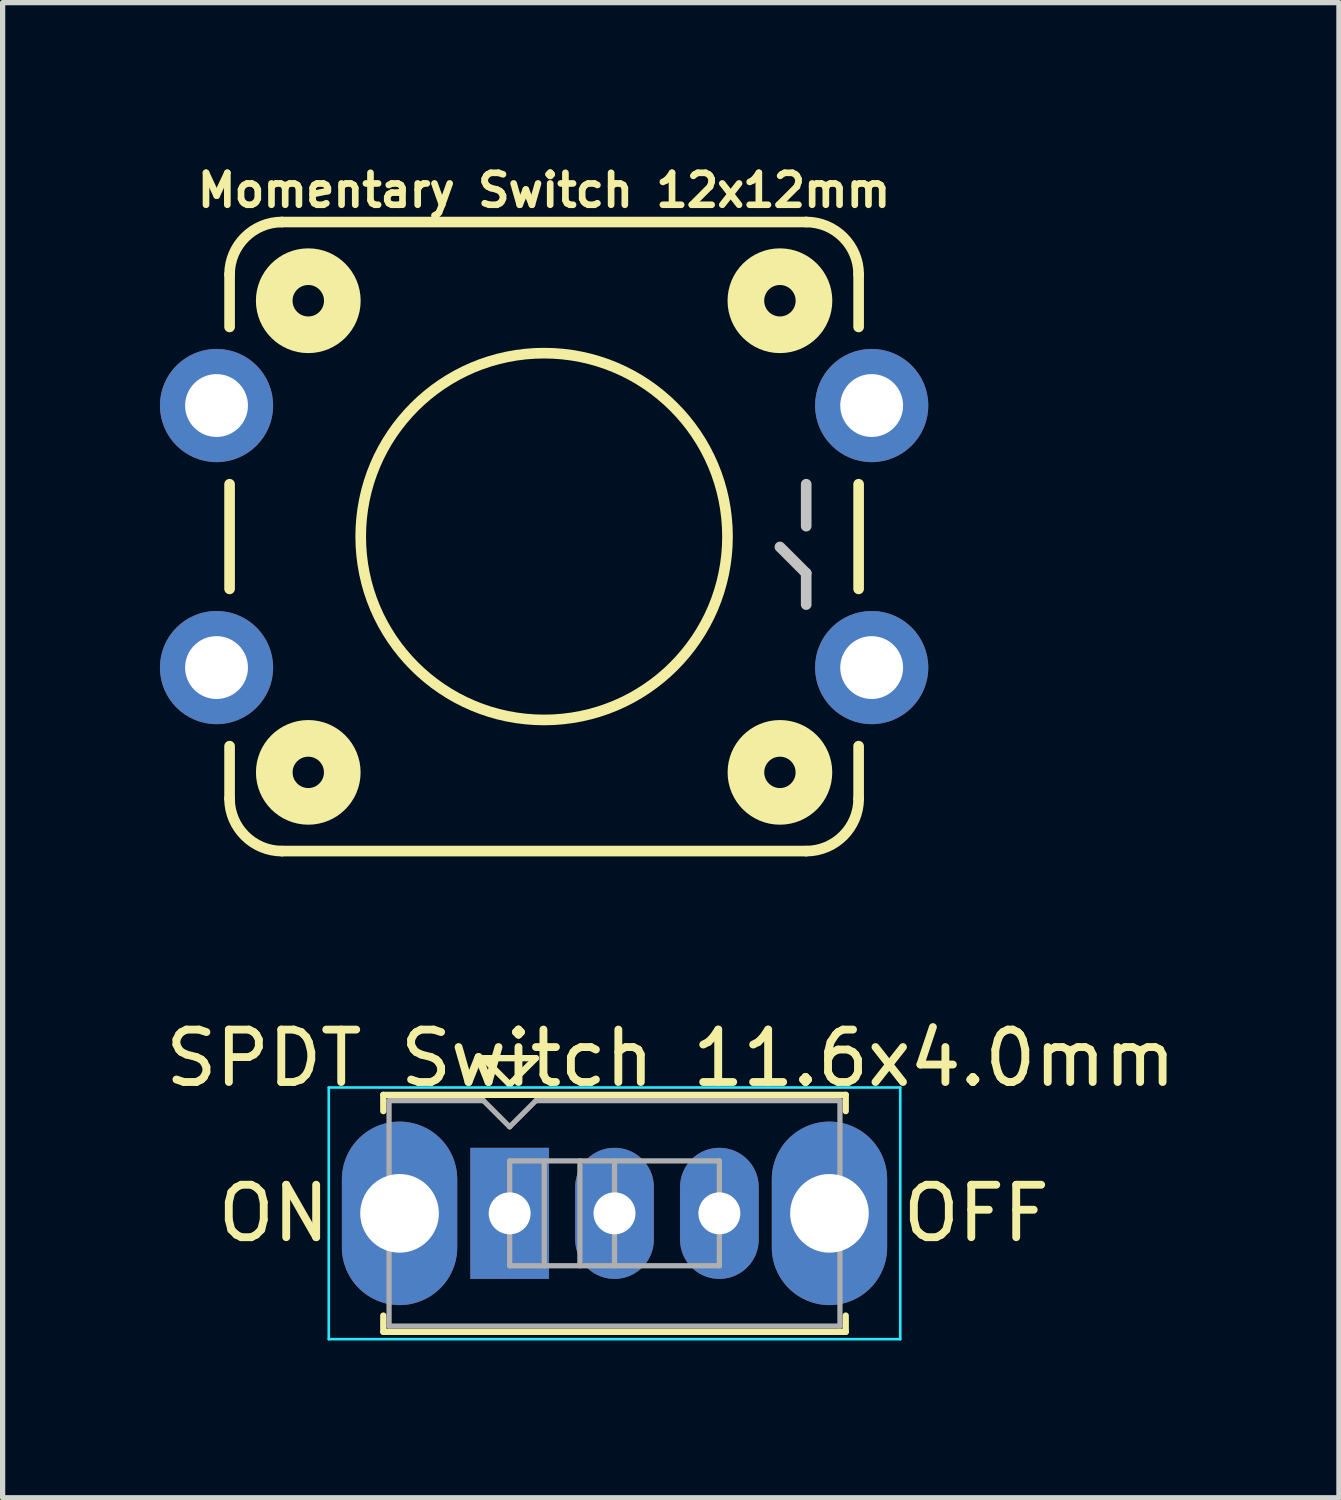
<source format=kicad_pcb>
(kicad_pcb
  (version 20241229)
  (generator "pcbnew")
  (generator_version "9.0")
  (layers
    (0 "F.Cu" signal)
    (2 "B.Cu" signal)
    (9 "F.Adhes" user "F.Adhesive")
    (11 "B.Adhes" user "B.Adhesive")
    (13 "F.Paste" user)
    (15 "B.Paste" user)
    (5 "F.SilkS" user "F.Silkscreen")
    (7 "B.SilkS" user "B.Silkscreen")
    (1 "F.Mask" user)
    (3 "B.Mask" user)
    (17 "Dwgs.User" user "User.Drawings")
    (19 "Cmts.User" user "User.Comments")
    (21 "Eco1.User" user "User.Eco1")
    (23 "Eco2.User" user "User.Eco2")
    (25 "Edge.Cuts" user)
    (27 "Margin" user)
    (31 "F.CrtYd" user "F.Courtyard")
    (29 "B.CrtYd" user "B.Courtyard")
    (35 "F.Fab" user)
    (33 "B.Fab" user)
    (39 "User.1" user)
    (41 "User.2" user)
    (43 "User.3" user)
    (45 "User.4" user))
  (footprint "Momentary Switch 12x12mm"
    (layer "F.Cu")
    (at 7.328 7.184)
    (property "Reference" "Momentary Switch 12x12mm" (at 0 -6.604 0) (layer "F.SilkS") (effects (font (size 0.61 0.61) (thickness 0.127))))
    (attr exclude_from_pos_files exclude_from_bom)
    (fp_line (start -5.999 -3.998) (end -5.999 -4.999) (stroke (width 0.203) (type solid)) (layer "F.SilkS"))
    (fp_line (start -5.999 0.998) (end -5.999 -0.998) (stroke (width 0.203) (type solid)) (layer "F.SilkS"))
    (fp_line (start -5.999 4.999) (end -5.999 3.998) (stroke (width 0.203) (type solid)) (layer "F.SilkS"))
    (fp_line (start -4.999 -5.999) (end 4.999 -5.999) (stroke (width 0.203) (type solid)) (layer "F.SilkS"))
    (fp_line (start 4.999 5.999) (end -4.999 5.999) (stroke (width 0.203) (type solid)) (layer "F.SilkS"))
    (fp_line (start 5.999 -4.999) (end 5.999 -3.998) (stroke (width 0.203) (type solid)) (layer "F.SilkS"))
    (fp_line (start 5.999 -0.998) (end 5.999 0.998) (stroke (width 0.203) (type solid)) (layer "F.SilkS"))
    (fp_line (start 5.999 3.998) (end 5.999 4.999) (stroke (width 0.203) (type solid)) (layer "F.SilkS"))
    (fp_arc (start -5.99948 -4.99872) (mid -5.706364 -5.706364) (end -4.99872 -5.99948) (stroke (width 0.2032) (type solid)) (layer "F.SilkS"))
    (fp_arc (start -4.99872 5.99948) (mid -5.706364 5.706364) (end -5.99948 4.99872) (stroke (width 0.2032) (type solid)) (layer "F.SilkS"))
    (fp_arc (start 4.99872 -5.99948) (mid 5.706364 -5.706364) (end 5.99948 -4.99872) (stroke (width 0.2032) (type solid)) (layer "F.SilkS"))
    (fp_arc (start 5.99948 4.99872) (mid 5.706364 5.706364) (end 4.99872 5.99948) (stroke (width 0.2032) (type solid)) (layer "F.SilkS"))
    (fp_circle (center -4.498 -4.498) (end -4.498 -4.798) (stroke (width 0.699) (type solid)) (fill no) (layer "F.SilkS"))
    (fp_circle (center -4.498 4.498) (end -4.498 4.199) (stroke (width 0.699) (type solid)) (fill no) (layer "F.SilkS"))
    (fp_circle (center 0 0) (end 0 -3.498) (stroke (width 0.203) (type solid)) (fill no) (layer "F.SilkS"))
    (fp_circle (center 4.498 -4.498) (end 4.498 -4.798) (stroke (width 0.699) (type solid)) (fill no) (layer "F.SilkS"))
    (fp_circle (center 4.498 4.498) (end 4.498 4.199) (stroke (width 0.699) (type solid)) (fill no) (layer "F.SilkS"))
    (fp_line (start 4.999 -0.198) (end 4.999 -0.998) (stroke (width 0.203) (type solid)) (layer "Dwgs.User"))
    (fp_line (start 4.999 0.699) (end 4.498 0.198) (stroke (width 0.203) (type solid)) (layer "Dwgs.User"))
    (fp_line (start 4.999 1.298) (end 4.999 0.699) (stroke (width 0.203) (type solid)) (layer "Dwgs.User"))
    (pad "1" thru_hole circle (at 6.248 2.499) (size 2.159 2.159) (drill 1.199) (layers "*.Cu" "*.Mask"))
    (pad "2" thru_hole circle (at -6.248 2.499) (size 2.159 2.159) (drill 1.199) (layers "*.Cu" "*.Mask"))
    (pad "3" thru_hole circle (at 6.248 -2.499) (size 2.159 2.159) (drill 1.199) (layers "*.Cu" "*.Mask"))
    (pad "4" thru_hole circle (at -6.248 -2.499) (size 2.159 2.159) (drill 1.199) (layers "*.Cu" "*.Mask")))
  (footprint "SPDT Switch 11.6x4.0mm"
    (layer "F.Cu")
    (at 6.671 20.093)
    (property "Reference" "SPDT Switch 11.6x4.0mm" (at 3.073 -2.96 0) (layer "F.SilkS") (effects (font (size 1 1) (thickness 0.15))))
    (attr through_hole)
    (fp_line (start -2.41 -2.26) (end 6.41 -2.26) (stroke (width 0.12) (type solid)) (layer "F.SilkS"))
    (fp_line (start -2.41 -1.95) (end -2.41 -2.26) (stroke (width 0.12) (type solid)) (layer "F.SilkS"))
    (fp_line (start -2.41 2.26) (end -2.41 1.95) (stroke (width 0.12) (type solid)) (layer "F.SilkS"))
    (fp_line (start -0.5 -2.96) (end 0 -2.46) (stroke (width 0.12) (type solid)) (layer "F.SilkS"))
    (fp_line (start 0 -2.46) (end 0.5 -2.96) (stroke (width 0.12) (type solid)) (layer "F.SilkS"))
    (fp_line (start 0.5 -2.96) (end -0.5 -2.96) (stroke (width 0.12) (type solid)) (layer "F.SilkS"))
    (fp_line (start 6.41 -2.26) (end 6.41 -1.95) (stroke (width 0.12) (type solid)) (layer "F.SilkS"))
    (fp_line (start 6.41 2.26) (end -2.41 2.26) (stroke (width 0.12) (type solid)) (layer "F.SilkS"))
    (fp_line (start 6.41 2.26) (end 6.41 1.95) (stroke (width 0.12) (type solid)) (layer "F.SilkS"))
    (fp_line (start -3.45 -2.4) (end 7.45 -2.4) (stroke (width 0.05) (type solid)) (layer "B.CrtYd"))
    (fp_line (start -3.45 2.4) (end -3.45 -2.4) (stroke (width 0.05) (type solid)) (layer "B.CrtYd"))
    (fp_line (start 7.45 -2.4) (end 7.45 2.4) (stroke (width 0.05) (type solid)) (layer "B.CrtYd"))
    (fp_line (start 7.45 2.4) (end -3.45 2.4) (stroke (width 0.05) (type solid)) (layer "B.CrtYd"))
    (fp_line (start -2.3 -2.15) (end -0.5 -2.15) (stroke (width 0.1) (type solid)) (layer "F.Fab"))
    (fp_line (start -2.3 2.15) (end -2.3 -2.15) (stroke (width 0.1) (type solid)) (layer "F.Fab"))
    (fp_line (start -0.5 -2.15) (end 0 -1.65) (stroke (width 0.1) (type solid)) (layer "F.Fab"))
    (fp_line (start 0 -1.65) (end 0.5 -2.15) (stroke (width 0.1) (type solid)) (layer "F.Fab"))
    (fp_line (start 0 -1) (end 0 1) (stroke (width 0.1) (type solid)) (layer "F.Fab"))
    (fp_line (start 0 -1) (end 4 -1) (stroke (width 0.1) (type solid)) (layer "F.Fab"))
    (fp_line (start 0 1) (end 4 1) (stroke (width 0.1) (type solid)) (layer "F.Fab"))
    (fp_line (start 0.5 -2.15) (end 6.3 -2.15) (stroke (width 0.1) (type solid)) (layer "F.Fab"))
    (fp_line (start 0.66 -1) (end 0.66 1) (stroke (width 0.1) (type solid)) (layer "F.Fab"))
    (fp_line (start 1.34 -1) (end 1.34 1) (stroke (width 0.1) (type solid)) (layer "F.Fab"))
    (fp_line (start 2 -1) (end 2 1) (stroke (width 0.1) (type solid)) (layer "F.Fab"))
    (fp_line (start 4 -1) (end 4 1) (stroke (width 0.1) (type solid)) (layer "F.Fab"))
    (fp_line (start 6.3 -2.15) (end 6.3 2.15) (stroke (width 0.1) (type solid)) (layer "F.Fab"))
    (fp_line (start 6.3 2.15) (end -2.3 2.15) (stroke (width 0.1) (type solid)) (layer "F.Fab"))
    (fp_text user "ON" (at -4.5 0 0) (layer "F.SilkS") (effects (font (size 1 1) (thickness 0.15))))
    (fp_text user "OFF" (at 8.9 0 0) (layer "F.SilkS") (effects (font (size 1 1) (thickness 0.15))))
    (pad "" thru_hole oval (at -2.1 0) (size 2.2 3.5) (drill 1.5) (layers "*.Cu" "*.Mask"))
    (pad "" thru_hole oval (at 6.1 0) (size 2.2 3.5) (drill 1.5) (layers "*.Cu" "*.Mask"))
    (pad "1" thru_hole rect (at 0 0) (size 1.5 2.5) (drill 0.8) (layers "*.Cu" "*.Mask"))
    (pad "2" thru_hole oval (at 2 0) (size 1.5 2.5) (drill 0.8) (layers "*.Cu" "*.Mask"))
    (pad "3" thru_hole oval (at 4 0) (size 1.5 2.5) (drill 0.8) (layers "*.Cu" "*.Mask")))
  (gr_rect
    (start -3 -3)
    (end 22.488 25.518)
    (stroke (width 0.1) (type default))
    (fill no)
    (layer "Edge.Cuts")))
</source>
